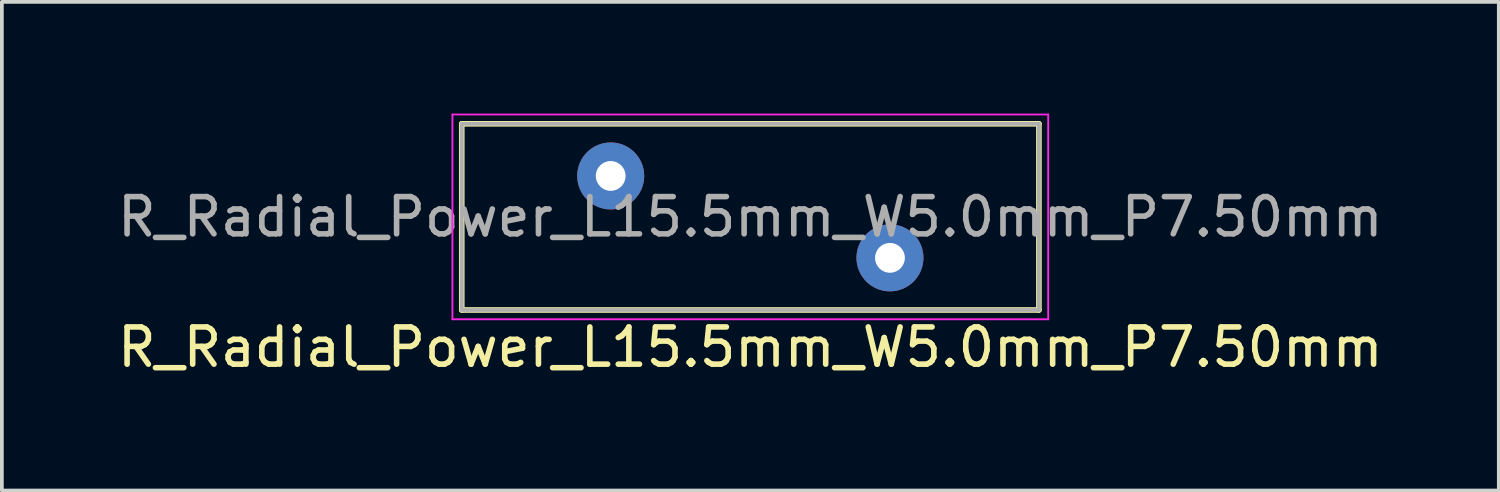
<source format=kicad_pcb>
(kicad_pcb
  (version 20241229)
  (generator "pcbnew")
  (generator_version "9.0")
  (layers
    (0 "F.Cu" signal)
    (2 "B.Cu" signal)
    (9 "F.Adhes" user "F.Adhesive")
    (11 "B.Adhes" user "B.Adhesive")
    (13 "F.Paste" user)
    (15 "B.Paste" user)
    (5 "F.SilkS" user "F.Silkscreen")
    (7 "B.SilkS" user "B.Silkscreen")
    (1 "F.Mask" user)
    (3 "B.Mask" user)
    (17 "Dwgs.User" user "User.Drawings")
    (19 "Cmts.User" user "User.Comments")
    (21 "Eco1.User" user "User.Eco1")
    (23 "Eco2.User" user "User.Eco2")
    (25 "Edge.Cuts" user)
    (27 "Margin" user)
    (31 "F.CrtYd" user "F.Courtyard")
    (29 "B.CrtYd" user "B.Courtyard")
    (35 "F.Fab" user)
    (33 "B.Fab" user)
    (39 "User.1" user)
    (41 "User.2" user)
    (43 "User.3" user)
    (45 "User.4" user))
  (footprint "R_Radial_Power_L15.5mm_W5.0mm_P7.50mm"
    (layer "F.Cu")
    (at 13.351 1.675)
    (property "Reference" "R_Radial_Power_L15.5mm_W5.0mm_P7.50mm" (at 3.75 4.6 0) (layer "F.SilkS") (effects (font (size 1 1) (thickness 0.15))))
    (attr through_hole)
    (fp_line (start -4 -1.4) (end -4 3.6) (stroke (width 0.15) (type solid)) (layer "F.SilkS"))
    (fp_line (start -4 -1.4) (end 11.5 -1.4) (stroke (width 0.15) (type solid)) (layer "F.SilkS"))
    (fp_line (start -4 3.6) (end 11.5 3.6) (stroke (width 0.15) (type solid)) (layer "F.SilkS"))
    (fp_line (start 11.5 -1.4) (end 11.5 3.6) (stroke (width 0.15) (type solid)) (layer "F.SilkS"))
    (fp_line (start -4.25 -1.65) (end -4.25 3.85) (stroke (width 0.05) (type solid)) (layer "F.CrtYd"))
    (fp_line (start -4.25 -1.65) (end 11.75 -1.65) (stroke (width 0.05) (type solid)) (layer "F.CrtYd"))
    (fp_line (start -4.25 3.85) (end 11.75 3.85) (stroke (width 0.05) (type solid)) (layer "F.CrtYd"))
    (fp_line (start 11.75 -1.65) (end 11.75 3.85) (stroke (width 0.05) (type solid)) (layer "F.CrtYd"))
    (fp_line (start -4 -1.4) (end -4 3.6) (stroke (width 0.1) (type solid)) (layer "F.Fab"))
    (fp_line (start -4 -1.4) (end 11.5 -1.4) (stroke (width 0.1) (type solid)) (layer "F.Fab"))
    (fp_line (start -4 3.6) (end 11.5 3.6) (stroke (width 0.1) (type solid)) (layer "F.Fab"))
    (fp_line (start 11.5 -1.4) (end 11.5 3.6) (stroke (width 0.1) (type solid)) (layer "F.Fab"))
    (fp_text user "${REFERENCE}" (at 3.75 1.1 0) (layer "F.Fab") (effects (font (size 1 1) (thickness 0.15))))
    (pad "1" thru_hole circle (at 0 0) (size 1.8 1.8) (drill 0.8) (layers "*.Cu" "*.Mask"))
    (pad "2" thru_hole circle (at 7.5 2.2) (size 1.8 1.8) (drill 0.8) (layers "*.Cu" "*.Mask")))
  (gr_rect
    (start -3 -3)
    (end 37.202 10.123)
    (stroke (width 0.1) (type default))
    (fill no)
    (layer "Edge.Cuts")))
</source>
